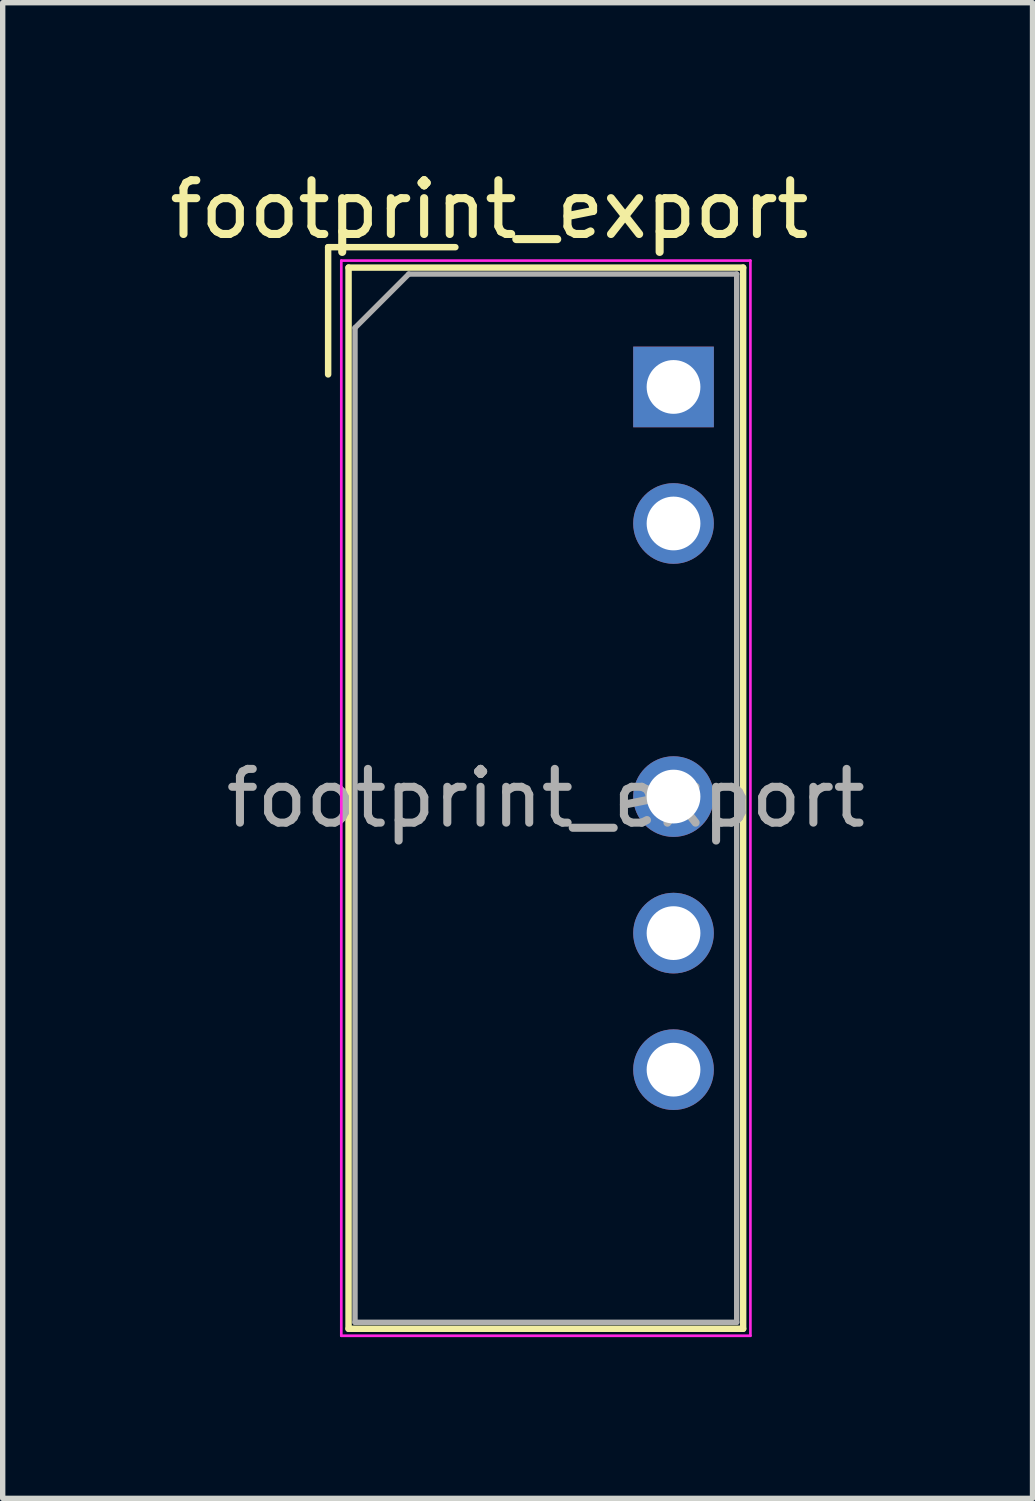
<source format=kicad_pcb>
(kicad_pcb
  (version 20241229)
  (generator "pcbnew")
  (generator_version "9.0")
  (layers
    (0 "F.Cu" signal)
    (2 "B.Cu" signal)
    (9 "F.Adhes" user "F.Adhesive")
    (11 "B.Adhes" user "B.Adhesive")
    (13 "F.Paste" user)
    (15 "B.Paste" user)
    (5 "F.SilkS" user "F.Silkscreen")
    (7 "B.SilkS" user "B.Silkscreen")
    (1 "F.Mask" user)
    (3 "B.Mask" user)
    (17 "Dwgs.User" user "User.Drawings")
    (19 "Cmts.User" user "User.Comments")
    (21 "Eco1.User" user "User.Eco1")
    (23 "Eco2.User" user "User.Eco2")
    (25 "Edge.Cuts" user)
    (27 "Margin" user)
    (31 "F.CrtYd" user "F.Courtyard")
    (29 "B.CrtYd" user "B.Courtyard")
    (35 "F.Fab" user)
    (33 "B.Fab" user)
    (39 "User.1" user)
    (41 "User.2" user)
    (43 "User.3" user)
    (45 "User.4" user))
  (footprint "footprint_export"
    (layer "F.Cu")
    (at 9.479 4.148)
    (property "Reference" "footprint_export" (at -3.425 -3.3 0) (layer "F.SilkS") (effects (font (size 1 1) (thickness 0.15))))
    (attr through_hole)
    (fp_line (start -6.425 -2.6) (end -4.058 -2.6) (stroke (width 0.12) (type solid)) (layer "F.SilkS"))
    (fp_line (start -6.425 -0.233) (end -6.425 -2.6) (stroke (width 0.12) (type solid)) (layer "F.SilkS"))
    (fp_line (start -6.045 -2.22) (end -6.045 17.52) (stroke (width 0.12) (type solid)) (layer "F.SilkS"))
    (fp_line (start -6.045 -2.22) (end 1.295 -2.22) (stroke (width 0.12) (type solid)) (layer "F.SilkS"))
    (fp_line (start -6.045 17.52) (end 1.295 17.52) (stroke (width 0.12) (type solid)) (layer "F.SilkS"))
    (fp_line (start 1.295 -2.22) (end 1.295 17.52) (stroke (width 0.12) (type solid)) (layer "F.SilkS"))
    (fp_line (start -6.18 -2.35) (end -6.18 17.65) (stroke (width 0.05) (type solid)) (layer "F.CrtYd"))
    (fp_line (start -6.18 -2.35) (end 1.43 -2.35) (stroke (width 0.05) (type solid)) (layer "F.CrtYd"))
    (fp_line (start -6.18 17.65) (end 1.43 17.65) (stroke (width 0.05) (type solid)) (layer "F.CrtYd"))
    (fp_line (start 1.43 -2.35) (end 1.43 17.65) (stroke (width 0.05) (type solid)) (layer "F.CrtYd"))
    (fp_line (start -5.925 -1.1) (end -4.925 -2.1) (stroke (width 0.1) (type solid)) (layer "F.Fab"))
    (fp_line (start -5.925 17.4) (end -5.925 -1.1) (stroke (width 0.1) (type solid)) (layer "F.Fab"))
    (fp_line (start -4.925 -2.1) (end 1.175 -2.1) (stroke (width 0.1) (type solid)) (layer "F.Fab"))
    (fp_line (start 1.175 -2.1) (end 1.175 17.4) (stroke (width 0.1) (type solid)) (layer "F.Fab"))
    (fp_line (start 1.175 17.4) (end -5.925 17.4) (stroke (width 0.1) (type solid)) (layer "F.Fab"))
    (fp_text user "${REFERENCE}" (at -2.375 7.65 0) (layer "F.Fab") (effects (font (size 1 1) (thickness 0.15))))
    (pad "1" thru_hole rect (at 0 0) (size 1.5 1.5) (drill 1) (layers "*.Cu" "*.Mask"))
    (pad "2" thru_hole circle (at 0 2.54) (size 1.5 1.5) (drill 1) (layers "*.Cu" "*.Mask"))
    (pad "4" thru_hole circle (at 0 7.62) (size 1.5 1.5) (drill 1) (layers "*.Cu" "*.Mask"))
    (pad "5" thru_hole circle (at 0 10.16) (size 1.5 1.5) (drill 1) (layers "*.Cu" "*.Mask"))
    (pad "6" thru_hole circle (at 0 12.7) (size 1.5 1.5) (drill 1) (layers "*.Cu" "*.Mask")))
  (gr_rect
    (start -3 -3)
    (end 16.157 24.823)
    (stroke (width 0.1) (type default))
    (fill no)
    (layer "Edge.Cuts")))
</source>
